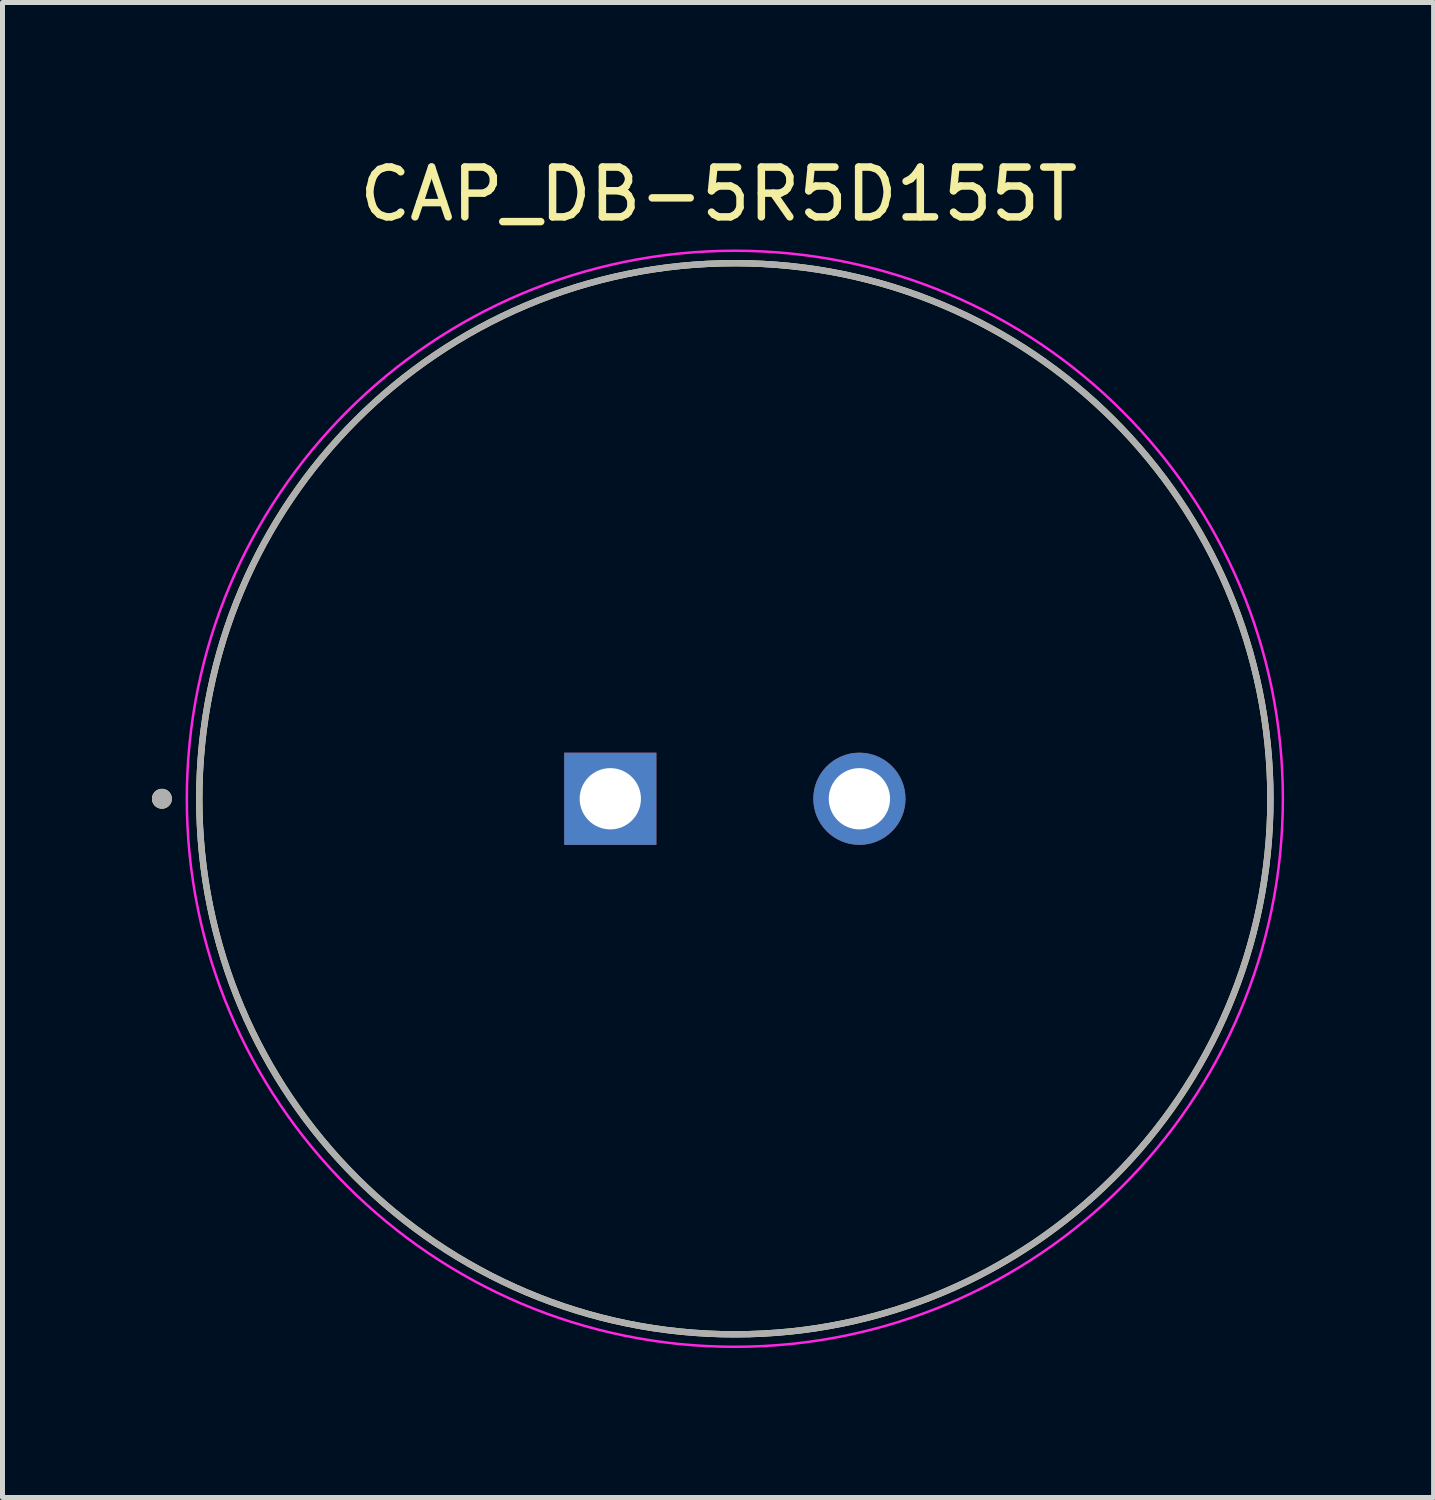
<source format=kicad_pcb>
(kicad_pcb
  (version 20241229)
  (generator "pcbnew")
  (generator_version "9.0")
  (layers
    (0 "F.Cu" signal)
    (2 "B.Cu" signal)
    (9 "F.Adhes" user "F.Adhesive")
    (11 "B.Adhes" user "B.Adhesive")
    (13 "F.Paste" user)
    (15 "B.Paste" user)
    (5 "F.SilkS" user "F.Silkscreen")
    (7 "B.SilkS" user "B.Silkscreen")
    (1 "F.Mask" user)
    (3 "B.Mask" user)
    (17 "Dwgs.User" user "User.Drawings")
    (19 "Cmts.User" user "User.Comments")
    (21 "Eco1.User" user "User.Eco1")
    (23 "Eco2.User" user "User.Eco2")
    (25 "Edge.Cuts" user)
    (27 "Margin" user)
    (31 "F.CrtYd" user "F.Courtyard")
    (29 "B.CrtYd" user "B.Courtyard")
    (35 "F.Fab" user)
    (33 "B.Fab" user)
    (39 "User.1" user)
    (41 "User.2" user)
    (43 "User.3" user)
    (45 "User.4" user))
  (footprint "CAP_DB-5R5D155T"
    (layer "F.Cu")
    (at 11.7 12.983)
    (property "Reference" "CAP_DB-5R5D155T" (at -0.325 -12.135 0) (layer "F.SilkS") (effects (font (size 1 1) (thickness 0.15))))
    (attr through_hole)
    (fp_circle (center -11.5 0) (end -11.4 0) (stroke (width 0.2) (type solid)) (fill no) (layer "F.SilkS"))
    (fp_circle (center 0 0) (end 10.75 0) (stroke (width 0.127) (type solid)) (fill no) (layer "F.SilkS"))
    (fp_circle (center 0 0) (end 11 0) (stroke (width 0.05) (type solid)) (fill no) (layer "F.CrtYd"))
    (fp_circle (center -11.5 0) (end -11.4 0) (stroke (width 0.2) (type solid)) (fill no) (layer "F.Fab"))
    (fp_circle (center 0 0) (end 10.75 0) (stroke (width 0.127) (type solid)) (fill no) (layer "F.Fab"))
    (pad "1" thru_hole rect (at -2.5 0) (size 1.85 1.85) (drill 1.23) (layers "*.Cu" "*.Mask"))
    (pad "2" thru_hole circle (at 2.5 0) (size 1.85 1.85) (drill 1.23) (layers "*.Cu" "*.Mask")))
  (gr_rect
    (start -3 -3)
    (end 25.725 27.008)
    (stroke (width 0.1) (type default))
    (fill no)
    (layer "Edge.Cuts")))
</source>
